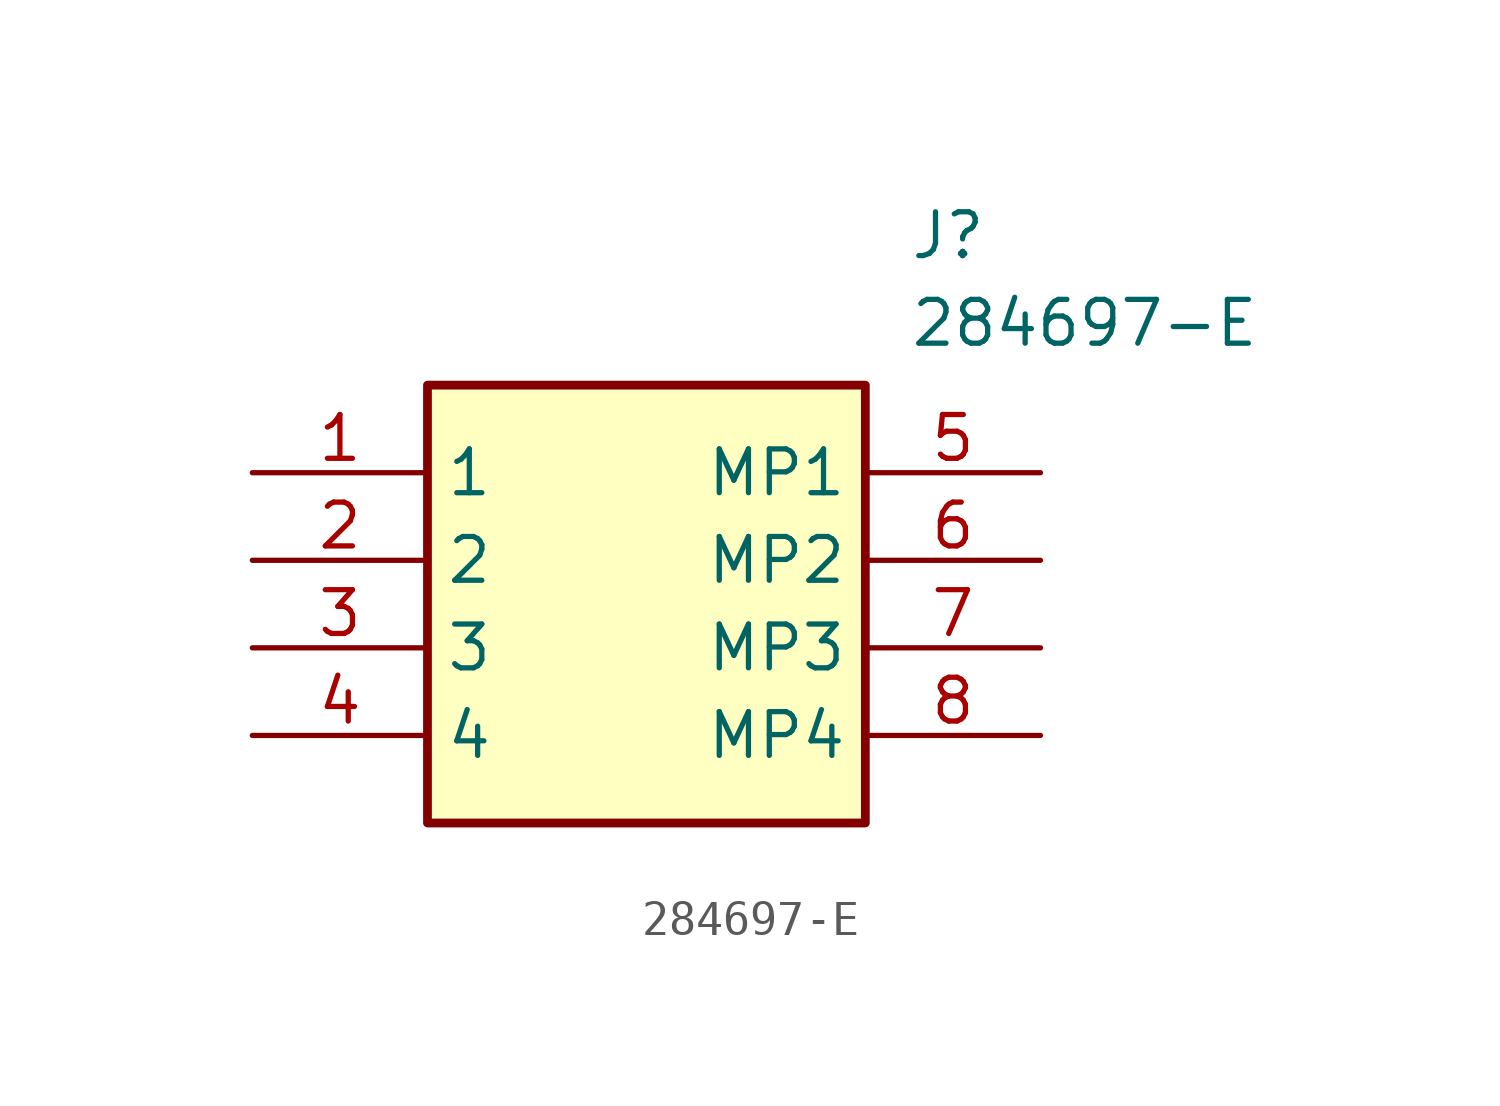
<source format=kicad_sym>
(kicad_symbol_lib
  (version 20211014)
  (generator SamacSys_ECAD_Model)
  (symbol "284697-E"
    (property "Reference" "J"
      (at 19.05 7.62 0)
      (effects (font (size 1.27 1.27)) (justify left top)))
    (property "Value" "284697-E"
      (at 19.05 5.08 0)
      (effects (font (size 1.27 1.27)) (justify left top)))
    (rectangle
      (start 5.08 2.54)
      (end 17.78 -10.16)
      (stroke (width 0.254) (type default))
      (fill (type background)))
    (pin passive line
      (at 0 0 0)
      (length 5.08)
      (name "1" (effects (font (size 1.27 1.27))))
      (number "1" (effects (font (size 1.27 1.27)))))
    (pin passive line
      (at 0 -2.54 0)
      (length 5.08)
      (name "2" (effects (font (size 1.27 1.27))))
      (number "2" (effects (font (size 1.27 1.27)))))
    (pin passive line
      (at 0 -5.08 0)
      (length 5.08)
      (name "3" (effects (font (size 1.27 1.27))))
      (number "3" (effects (font (size 1.27 1.27)))))
    (pin passive line
      (at 0 -7.62 0)
      (length 5.08)
      (name "4" (effects (font (size 1.27 1.27))))
      (number "4" (effects (font (size 1.27 1.27)))))
    (pin passive line
      (at 22.86 0 180)
      (length 5.08)
      (name "MP1" (effects (font (size 1.27 1.27))))
      (number "5" (effects (font (size 1.27 1.27)))))
    (pin passive line
      (at 22.86 -2.54 180)
      (length 5.08)
      (name "MP2" (effects (font (size 1.27 1.27))))
      (number "6" (effects (font (size 1.27 1.27)))))
    (pin passive line
      (at 22.86 -5.08 180)
      (length 5.08)
      (name "MP3" (effects (font (size 1.27 1.27))))
      (number "7" (effects (font (size 1.27 1.27)))))
    (pin passive line
      (at 22.86 -7.62 180)
      (length 5.08)
      (name "MP4" (effects (font (size 1.27 1.27))))
      (number "8" (effects (font (size 1.27 1.27)))))))
</source>
